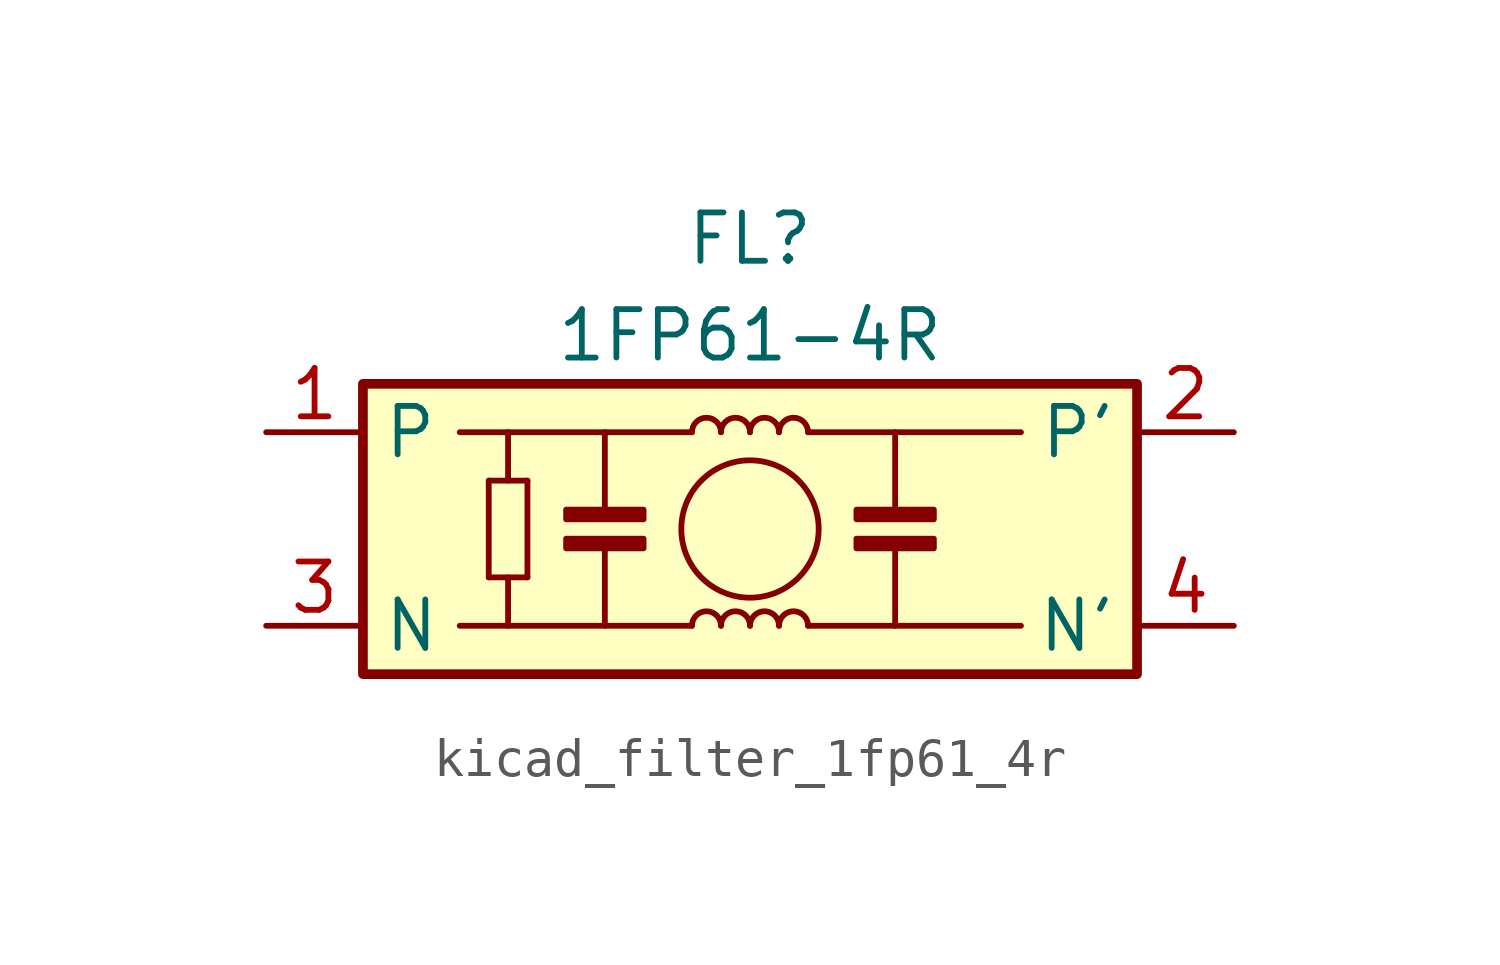
<source format=kicad_sym>
(kicad_symbol_lib
  (version 20220914)
  (generator kicad_symbol_editor)
  (symbol "kicad_filter_1fp61_4r"
    (property "Reference" "FL"
      (at 0 7.62 0)
      (effects (font (size 1.27 1.27))))
    (property "Value" "1FP61-4R"
      (at 0 5.08 0)
      (effects (font (size 1.27 1.27))))
    (symbol "kicad_filter_1fp61_4r_1_1"
      (rectangle (start -10.16 3.81) (end 10.16 -3.81) (stroke (width 0.254) (type default)) (fill (type background)))
      (rectangle (start -4.826 -0.254) (end -2.794 -0.508) (stroke (width 0) (type default)) (fill (type outline)))
      (rectangle (start -4.826 0.254) (end -2.794 0.508) (stroke (width 0) (type default)) (fill (type outline)))
      (arc (start -0.762 -2.54) (mid -1.143 -2.1606) (end -1.524 -2.54) (stroke (width 0) (type default)) (fill (type none)))
      (arc (start -0.762 2.54) (mid -1.143 2.9194) (end -1.524 2.54) (stroke (width 0) (type default)) (fill (type none)))
      (arc (start 0 -2.54) (mid -0.381 -2.1606) (end -0.762 -2.54) (stroke (width 0) (type default)) (fill (type none)))
      (polyline (pts (xy -6.858 -1.27) (xy -6.858 1.27)) (stroke (width 0) (type default)) (fill (type none)))
      (polyline (pts (xy -6.858 -1.27) (xy -5.842 -1.27)) (stroke (width 0) (type default)) (fill (type none)))
      (polyline (pts (xy -6.858 1.27) (xy -5.842 1.27)) (stroke (width 0) (type default)) (fill (type none)))
      (polyline (pts (xy -6.35 -1.27) (xy -6.35 -2.54)) (stroke (width 0) (type default)) (fill (type none)))
      (polyline (pts (xy -6.35 1.27) (xy -6.35 2.54)) (stroke (width 0) (type default)) (fill (type none)))
      (polyline (pts (xy -5.842 -1.27) (xy -5.842 1.27)) (stroke (width 0) (type default)) (fill (type none)))
      (polyline (pts (xy -3.81 -0.508) (xy -3.81 -2.54)) (stroke (width 0) (type default)) (fill (type none)))
      (polyline (pts (xy -3.81 0.508) (xy -3.81 2.54)) (stroke (width 0) (type default)) (fill (type none)))
      (polyline (pts (xy -1.524 -2.54) (xy -7.62 -2.54)) (stroke (width 0) (type default)) (fill (type none)))
      (polyline (pts (xy -1.524 2.54) (xy -7.62 2.54)) (stroke (width 0) (type default)) (fill (type none)))
      (polyline (pts (xy 1.524 -2.54) (xy 7.112 -2.54)) (stroke (width 0) (type default)) (fill (type none)))
      (polyline (pts (xy 3.81 -0.508) (xy 3.81 -2.54)) (stroke (width 0) (type default)) (fill (type none)))
      (polyline (pts (xy 3.81 0.508) (xy 3.81 2.54)) (stroke (width 0) (type default)) (fill (type none)))
      (polyline (pts (xy 7.112 2.54) (xy 1.524 2.54)) (stroke (width 0) (type default)) (fill (type none)))
      (circle (center 0 0) (radius 1.803) (stroke (width 0) (type default)) (fill (type none)))
      (arc (start 0 2.54) (mid -0.381 2.9194) (end -0.762 2.54) (stroke (width 0) (type default)) (fill (type none)))
      (arc (start 0.762 -2.54) (mid 0.381 -2.1606) (end 0 -2.54) (stroke (width 0) (type default)) (fill (type none)))
      (arc (start 0.762 2.54) (mid 0.381 2.9194) (end 0 2.54) (stroke (width 0) (type default)) (fill (type none)))
      (arc (start 1.524 -2.54) (mid 1.143 -2.1606) (end 0.762 -2.54) (stroke (width 0) (type default)) (fill (type none)))
      (arc (start 1.524 2.54) (mid 1.143 2.9194) (end 0.762 2.54) (stroke (width 0) (type default)) (fill (type none)))
      (rectangle (start 2.794 -0.254) (end 4.826 -0.508) (stroke (width 0) (type default)) (fill (type outline)))
      (rectangle (start 2.794 0.254) (end 4.826 0.508) (stroke (width 0) (type default)) (fill (type outline)))
      (pin passive line (at -12.7 2.54 0) (length 2.54) (name "P" (effects (font (size 1.27 1.27)))) (number "1" (effects (font (size 1.27 1.27)))))
      (pin passive line (at 12.7 2.54 180) (length 2.54) (name "P'" (effects (font (size 1.27 1.27)))) (number "2" (effects (font (size 1.27 1.27)))))
      (pin passive line (at -12.7 -2.54 0) (length 2.54) (name "N" (effects (font (size 1.27 1.27)))) (number "3" (effects (font (size 1.27 1.27)))))
      (pin passive line (at 12.7 -2.54 180) (length 2.54) (name "N'" (effects (font (size 1.27 1.27)))) (number "4" (effects (font (size 1.27 1.27))))))))
</source>
